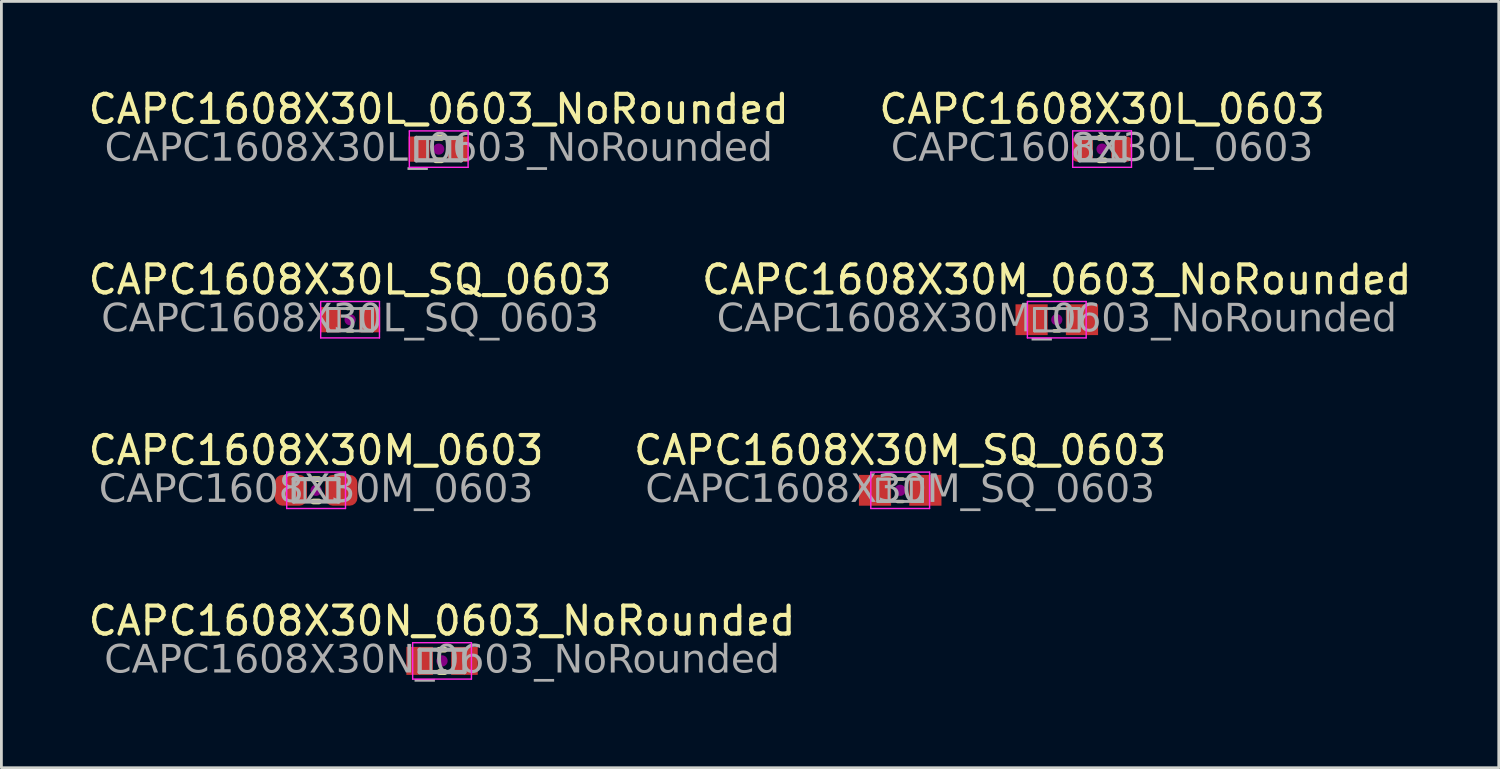
<source format=kicad_pcb>
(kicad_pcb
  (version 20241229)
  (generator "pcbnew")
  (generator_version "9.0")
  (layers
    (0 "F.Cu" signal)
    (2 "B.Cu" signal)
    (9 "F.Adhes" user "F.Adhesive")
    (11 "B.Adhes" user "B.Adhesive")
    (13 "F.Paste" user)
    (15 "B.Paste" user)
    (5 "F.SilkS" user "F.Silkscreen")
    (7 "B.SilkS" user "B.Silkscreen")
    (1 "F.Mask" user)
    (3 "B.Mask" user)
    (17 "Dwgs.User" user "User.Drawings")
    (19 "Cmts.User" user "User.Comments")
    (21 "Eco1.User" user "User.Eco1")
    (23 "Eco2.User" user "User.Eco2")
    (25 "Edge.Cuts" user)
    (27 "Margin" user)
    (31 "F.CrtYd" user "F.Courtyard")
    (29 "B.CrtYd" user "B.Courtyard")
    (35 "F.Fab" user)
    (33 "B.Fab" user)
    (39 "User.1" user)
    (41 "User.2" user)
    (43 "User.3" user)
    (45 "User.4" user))
  (footprint "CAPC1608X30L_0603_NoRounded"
    (layer "F.Cu")
    (at 12.625 2.278)
    (property "Reference" "CAPC1608X30L_0603_NoRounded" (at 0 -1.43 0) (layer "F.SilkS") (effects (font (size 1 1) (thickness 0.15))))
    (attr smd)
    (fp_line (start -0.1 -0.4) (end 0.1 -0.4) (stroke (width 0.203) (type solid)) (layer "F.SilkS"))
    (fp_line (start -0.1 0.4) (end 0.1 0.4) (stroke (width 0.203) (type solid)) (layer "F.SilkS"))
    (fp_circle (center 0 0) (end 0.2 0) (stroke (width 0) (type solid)) (fill yes) (layer "F.Adhes"))
    (fp_line (start -1.05 -0.65) (end 1.05 -0.65) (stroke (width 0.05) (type solid)) (layer "F.CrtYd"))
    (fp_line (start -1.05 0.65) (end -1.05 -0.65) (stroke (width 0.05) (type solid)) (layer "F.CrtYd"))
    (fp_line (start 1.05 -0.65) (end 1.05 0.65) (stroke (width 0.05) (type solid)) (layer "F.CrtYd"))
    (fp_line (start 1.05 0.65) (end -1.05 0.65) (stroke (width 0.05) (type solid)) (layer "F.CrtYd"))
    (fp_line (start -0.8 -0.4) (end 0.8 -0.4) (stroke (width 0.152) (type solid)) (layer "F.Fab"))
    (fp_line (start -0.8 0.4) (end -0.8 -0.4) (stroke (width 0.152) (type solid)) (layer "F.Fab"))
    (fp_line (start 0.8 -0.4) (end 0.8 0.4) (stroke (width 0.152) (type solid)) (layer "F.Fab"))
    (fp_line (start 0.8 0.4) (end -0.8 0.4) (stroke (width 0.152) (type solid)) (layer "F.Fab"))
    (fp_rect (start -0.8 -0.4) (end -0.4 0.4) (stroke (width 0.1) (type solid)) (fill no) (layer "F.Fab"))
    (fp_rect (start 0.8 0.4) (end 0.4 -0.4) (stroke (width 0.1) (type solid)) (fill no) (layer "F.Fab"))
    (fp_text user "${REFERENCE}" (at 0 0 0) (layer "F.Fab") (effects (font (face "Tahoma") (size 1 1) (thickness 0.15))))
    (pad "1" smd rect (at -0.7 0) (size 0.75 0.9) (layers "F.Cu" "F.Mask" "F.Paste"))
    (pad "2" smd rect (at 0.7 0) (size 0.75 0.9) (layers "F.Cu" "F.Mask" "F.Paste")))
  (footprint "CAPC1608X30M_SQ_0603"
    (layer "F.Cu")
    (at 29.113 14.468)
    (property "Reference" "CAPC1608X30M_SQ_0603" (at 0 -1.43 0) (layer "F.SilkS") (effects (font (size 1 1) (thickness 0.15))))
    (attr smd)
    (fp_line (start -0.1 -0.4) (end 0.1 -0.4) (stroke (width 0.12) (type solid)) (layer "F.SilkS"))
    (fp_line (start -0.1 0.4) (end 0.1 0.4) (stroke (width 0.12) (type solid)) (layer "F.SilkS"))
    (fp_circle (center 0 0) (end 0.2 0) (stroke (width 0) (type solid)) (fill yes) (layer "F.Adhes"))
    (fp_line (start -1.05 -0.65) (end 1.05 -0.65) (stroke (width 0.05) (type solid)) (layer "F.CrtYd"))
    (fp_line (start -1.05 0.65) (end -1.05 -0.65) (stroke (width 0.05) (type solid)) (layer "F.CrtYd"))
    (fp_line (start 1.05 -0.65) (end 1.05 0.65) (stroke (width 0.05) (type solid)) (layer "F.CrtYd"))
    (fp_line (start 1.05 0.65) (end -1.05 0.65) (stroke (width 0.05) (type solid)) (layer "F.CrtYd"))
    (fp_line (start -0.8 -0.4) (end 0.8 -0.4) (stroke (width 0.1) (type solid)) (layer "F.Fab"))
    (fp_line (start -0.8 0.4) (end -0.8 -0.4) (stroke (width 0.1) (type solid)) (layer "F.Fab"))
    (fp_line (start 0.8 -0.4) (end 0.8 0.4) (stroke (width 0.1) (type solid)) (layer "F.Fab"))
    (fp_line (start 0.8 0.4) (end -0.8 0.4) (stroke (width 0.1) (type solid)) (layer "F.Fab"))
    (fp_rect (start -0.8 -0.4) (end -0.4 0.4) (stroke (width 0.1) (type solid)) (fill no) (layer "F.Fab"))
    (fp_rect (start 0.8 0.4) (end 0.4 -0.4) (stroke (width 0.1) (type solid)) (fill no) (layer "F.Fab"))
    (fp_text user "${REFERENCE}" (at 0 0 0) (layer "F.Fab") (effects (font (face "Tahoma") (size 1 1) (thickness 0.15))))
    (pad "1" smd rect (at -0.9 0) (size 1.15 1.1) (layers "F.Cu" "F.Mask" "F.Paste"))
    (pad "2" smd rect (at 0.9 0) (size 1.15 1.1) (layers "F.Cu" "F.Mask" "F.Paste")))
  (footprint "CAPC1608X30M_0603_NoRounded"
    (layer "F.Cu")
    (at 34.708 8.373)
    (property "Reference" "CAPC1608X30M_0603_NoRounded" (at 0 -1.43 0) (layer "F.SilkS") (effects (font (size 1 1) (thickness 0.15))))
    (attr smd)
    (fp_line (start -0.1 -0.4) (end 0.1 -0.4) (stroke (width 0.12) (type solid)) (layer "F.SilkS"))
    (fp_line (start -0.1 0.4) (end 0.1 0.4) (stroke (width 0.12) (type solid)) (layer "F.SilkS"))
    (fp_circle (center 0 0) (end 0.2 0) (stroke (width 0) (type solid)) (fill yes) (layer "F.Adhes"))
    (fp_line (start -1.05 -0.65) (end 1.05 -0.65) (stroke (width 0.05) (type solid)) (layer "F.CrtYd"))
    (fp_line (start -1.05 0.65) (end -1.05 -0.65) (stroke (width 0.05) (type solid)) (layer "F.CrtYd"))
    (fp_line (start 1.05 -0.65) (end 1.05 0.65) (stroke (width 0.05) (type solid)) (layer "F.CrtYd"))
    (fp_line (start 1.05 0.65) (end -1.05 0.65) (stroke (width 0.05) (type solid)) (layer "F.CrtYd"))
    (fp_line (start -0.8 -0.4) (end 0.8 -0.4) (stroke (width 0.1) (type solid)) (layer "F.Fab"))
    (fp_line (start -0.8 0.4) (end -0.8 -0.4) (stroke (width 0.1) (type solid)) (layer "F.Fab"))
    (fp_line (start 0.8 -0.4) (end 0.8 0.4) (stroke (width 0.1) (type solid)) (layer "F.Fab"))
    (fp_line (start 0.8 0.4) (end -0.8 0.4) (stroke (width 0.1) (type solid)) (layer "F.Fab"))
    (fp_rect (start -0.8 -0.4) (end -0.4 0.4) (stroke (width 0.1) (type solid)) (fill no) (layer "F.Fab"))
    (fp_rect (start 0.8 0.4) (end 0.4 -0.4) (stroke (width 0.1) (type solid)) (fill no) (layer "F.Fab"))
    (fp_text user "${REFERENCE}" (at 0 0 0) (layer "F.Fab") (effects (font (face "Tahoma") (size 1 1) (thickness 0.15))))
    (pad "1" smd rect (at -0.9 0) (size 1.15 1.1) (layers "F.Cu" "F.Mask" "F.Paste"))
    (pad "2" smd rect (at 0.9 0) (size 1.15 1.1) (layers "F.Cu" "F.Mask" "F.Paste")))
  (footprint "CAPC1608X30N_0603_NoRounded"
    (layer "F.Cu")
    (at 12.744 20.563)
    (property "Reference" "CAPC1608X30N_0603_NoRounded" (at 0 -1.43 0) (layer "F.SilkS") (effects (font (size 1 1) (thickness 0.15))))
    (attr smd)
    (fp_line (start -0.1 -0.4) (end 0.1 -0.4) (stroke (width 0.203) (type solid)) (layer "F.SilkS"))
    (fp_line (start -0.1 0.4) (end 0.1 0.4) (stroke (width 0.203) (type solid)) (layer "F.SilkS"))
    (fp_circle (center 0 0) (end 0.2 0) (stroke (width 0) (type solid)) (fill yes) (layer "F.Adhes"))
    (fp_line (start -1.05 -0.65) (end 1.05 -0.65) (stroke (width 0.05) (type solid)) (layer "F.CrtYd"))
    (fp_line (start -1.05 0.65) (end -1.05 -0.65) (stroke (width 0.05) (type solid)) (layer "F.CrtYd"))
    (fp_line (start 1.05 -0.65) (end 1.05 0.65) (stroke (width 0.05) (type solid)) (layer "F.CrtYd"))
    (fp_line (start 1.05 0.65) (end -1.05 0.65) (stroke (width 0.05) (type solid)) (layer "F.CrtYd"))
    (fp_line (start -0.8 -0.4) (end 0.8 -0.4) (stroke (width 0.152) (type solid)) (layer "F.Fab"))
    (fp_line (start -0.8 0.4) (end -0.8 -0.4) (stroke (width 0.152) (type solid)) (layer "F.Fab"))
    (fp_line (start 0.8 -0.4) (end 0.8 0.4) (stroke (width 0.152) (type solid)) (layer "F.Fab"))
    (fp_line (start 0.8 0.4) (end -0.8 0.4) (stroke (width 0.152) (type solid)) (layer "F.Fab"))
    (fp_rect (start -0.8 -0.4) (end -0.4 0.4) (stroke (width 0.1) (type solid)) (fill no) (layer "F.Fab"))
    (fp_rect (start 0.8 0.4) (end 0.4 -0.4) (stroke (width 0.1) (type solid)) (fill no) (layer "F.Fab"))
    (fp_text user "${REFERENCE}" (at 0 0 0) (layer "F.Fab") (effects (font (face "Tahoma") (size 1 1) (thickness 0.15))))
    (pad "1" smd rect (at -0.8 0) (size 0.95 1) (layers "F.Cu" "F.Mask" "F.Paste"))
    (pad "2" smd rect (at 0.8 0) (size 0.95 1) (layers "F.Cu" "F.Mask" "F.Paste")))
  (footprint "CAPC1608X30M_0603"
    (layer "F.Cu")
    (at 8.244 14.468)
    (property "Reference" "CAPC1608X30M_0603" (at 0 -1.43 0) (layer "F.SilkS") (effects (font (size 1 1) (thickness 0.15))))
    (attr smd)
    (fp_line (start -0.1 -0.4) (end 0.1 -0.4) (stroke (width 0.203) (type solid)) (layer "F.SilkS"))
    (fp_line (start -0.1 0.4) (end 0.1 0.4) (stroke (width 0.203) (type solid)) (layer "F.SilkS"))
    (fp_circle (center 0 0) (end 0.2 0) (stroke (width 0) (type solid)) (fill yes) (layer "F.Adhes"))
    (fp_line (start -1.05 -0.65) (end 1.05 -0.65) (stroke (width 0.05) (type solid)) (layer "F.CrtYd"))
    (fp_line (start -1.05 0.65) (end -1.05 -0.65) (stroke (width 0.05) (type solid)) (layer "F.CrtYd"))
    (fp_line (start 1.05 -0.65) (end 1.05 0.65) (stroke (width 0.05) (type solid)) (layer "F.CrtYd"))
    (fp_line (start 1.05 0.65) (end -1.05 0.65) (stroke (width 0.05) (type solid)) (layer "F.CrtYd"))
    (fp_line (start -0.8 -0.4) (end 0.8 -0.4) (stroke (width 0.152) (type solid)) (layer "F.Fab"))
    (fp_line (start -0.8 0.4) (end -0.8 -0.4) (stroke (width 0.152) (type solid)) (layer "F.Fab"))
    (fp_line (start 0.8 -0.4) (end 0.8 0.4) (stroke (width 0.152) (type solid)) (layer "F.Fab"))
    (fp_line (start 0.8 0.4) (end -0.8 0.4) (stroke (width 0.152) (type solid)) (layer "F.Fab"))
    (fp_rect (start -0.8 -0.4) (end -0.4 0.4) (stroke (width 0.1) (type solid)) (fill no) (layer "F.Fab"))
    (fp_rect (start 0.8 0.4) (end 0.4 -0.4) (stroke (width 0.1) (type solid)) (fill no) (layer "F.Fab"))
    (fp_text user "${REFERENCE}" (at 0 0 0) (layer "F.Fab") (effects (font (face "Tahoma") (size 1 1) (thickness 0.15))))
    (pad "1" smd roundrect (at -0.9 0) (size 1.15 1.1) (layers "F.Cu" "F.Mask" "F.Paste") (roundrect_rratio 0.25))
    (pad "2" smd roundrect (at 0.9 0) (size 1.15 1.1) (layers "F.Cu" "F.Mask" "F.Paste") (roundrect_rratio 0.25)))
  (footprint "CAPC1608X30L_SQ_0603"
    (layer "F.Cu")
    (at 9.458 8.373)
    (property "Reference" "CAPC1608X30L_SQ_0603" (at 0 -1.43 0) (layer "F.SilkS") (effects (font (size 1 1) (thickness 0.15))))
    (attr smd)
    (fp_line (start -0.1 -0.4) (end 0.1 -0.4) (stroke (width 0.12) (type solid)) (layer "F.SilkS"))
    (fp_line (start -0.1 0.4) (end 0.1 0.4) (stroke (width 0.12) (type solid)) (layer "F.SilkS"))
    (fp_circle (center 0 0) (end 0.2 0) (stroke (width 0) (type solid)) (fill yes) (layer "F.Adhes"))
    (fp_line (start -1.05 -0.65) (end 1.05 -0.65) (stroke (width 0.05) (type solid)) (layer "F.CrtYd"))
    (fp_line (start -1.05 0.65) (end -1.05 -0.65) (stroke (width 0.05) (type solid)) (layer "F.CrtYd"))
    (fp_line (start 1.05 -0.65) (end 1.05 0.65) (stroke (width 0.05) (type solid)) (layer "F.CrtYd"))
    (fp_line (start 1.05 0.65) (end -1.05 0.65) (stroke (width 0.05) (type solid)) (layer "F.CrtYd"))
    (fp_line (start -0.8 -0.4) (end 0.8 -0.4) (stroke (width 0.1) (type solid)) (layer "F.Fab"))
    (fp_line (start -0.8 0.4) (end -0.8 -0.4) (stroke (width 0.1) (type solid)) (layer "F.Fab"))
    (fp_line (start 0.8 -0.4) (end 0.8 0.4) (stroke (width 0.1) (type solid)) (layer "F.Fab"))
    (fp_line (start 0.8 0.4) (end -0.8 0.4) (stroke (width 0.1) (type solid)) (layer "F.Fab"))
    (fp_rect (start -0.8 -0.4) (end -0.4 0.4) (stroke (width 0.1) (type solid)) (fill no) (layer "F.Fab"))
    (fp_rect (start 0.8 0.4) (end 0.4 -0.4) (stroke (width 0.1) (type solid)) (fill no) (layer "F.Fab"))
    (fp_text user "${REFERENCE}" (at 0 0 0) (layer "F.Fab") (effects (font (face "Tahoma") (size 1 1) (thickness 0.15))))
    (pad "1" smd rect (at -0.7 0) (size 0.75 0.9) (layers "F.Cu" "F.Mask" "F.Paste"))
    (pad "2" smd rect (at 0.7 0) (size 0.75 0.9) (layers "F.Cu" "F.Mask" "F.Paste")))
  (footprint "CAPC1608X30L_0603"
    (layer "F.Cu")
    (at 36.327 2.278)
    (property "Reference" "CAPC1608X30L_0603" (at 0 -1.43 0) (layer "F.SilkS") (effects (font (size 1 1) (thickness 0.15))))
    (attr smd)
    (fp_line (start -0.1 -0.4) (end 0.1 -0.4) (stroke (width 0.203) (type solid)) (layer "F.SilkS"))
    (fp_line (start -0.1 0.4) (end 0.1 0.4) (stroke (width 0.203) (type solid)) (layer "F.SilkS"))
    (fp_circle (center 0 0) (end 0.2 0) (stroke (width 0) (type solid)) (fill yes) (layer "F.Adhes"))
    (fp_line (start -1.05 -0.65) (end 1.05 -0.65) (stroke (width 0.05) (type solid)) (layer "F.CrtYd"))
    (fp_line (start -1.05 0.65) (end -1.05 -0.65) (stroke (width 0.05) (type solid)) (layer "F.CrtYd"))
    (fp_line (start 1.05 -0.65) (end 1.05 0.65) (stroke (width 0.05) (type solid)) (layer "F.CrtYd"))
    (fp_line (start 1.05 0.65) (end -1.05 0.65) (stroke (width 0.05) (type solid)) (layer "F.CrtYd"))
    (fp_line (start -0.8 -0.4) (end 0.8 -0.4) (stroke (width 0.152) (type solid)) (layer "F.Fab"))
    (fp_line (start -0.8 0.4) (end -0.8 -0.4) (stroke (width 0.152) (type solid)) (layer "F.Fab"))
    (fp_line (start 0.8 -0.4) (end 0.8 0.4) (stroke (width 0.152) (type solid)) (layer "F.Fab"))
    (fp_line (start 0.8 0.4) (end -0.8 0.4) (stroke (width 0.152) (type solid)) (layer "F.Fab"))
    (fp_rect (start -0.8 -0.4) (end -0.4 0.4) (stroke (width 0.1) (type solid)) (fill no) (layer "F.Fab"))
    (fp_rect (start 0.8 0.4) (end 0.4 -0.4) (stroke (width 0.1) (type solid)) (fill no) (layer "F.Fab"))
    (fp_text user "${REFERENCE}" (at 0 0 0) (layer "F.Fab") (effects (font (face "Tahoma") (size 1 1) (thickness 0.15))))
    (pad "1" smd roundrect (at -0.7 0) (size 0.75 0.9) (layers "F.Cu" "F.Mask" "F.Paste") (roundrect_rratio 0.25))
    (pad "2" smd roundrect (at 0.7 0) (size 0.75 0.9) (layers "F.Cu" "F.Mask" "F.Paste") (roundrect_rratio 0.25)))
  (gr_rect
    (start -3 -3)
    (end 50.5 24.38)
    (stroke (width 0.1) (type default))
    (fill no)
    (layer "Edge.Cuts")))
</source>
